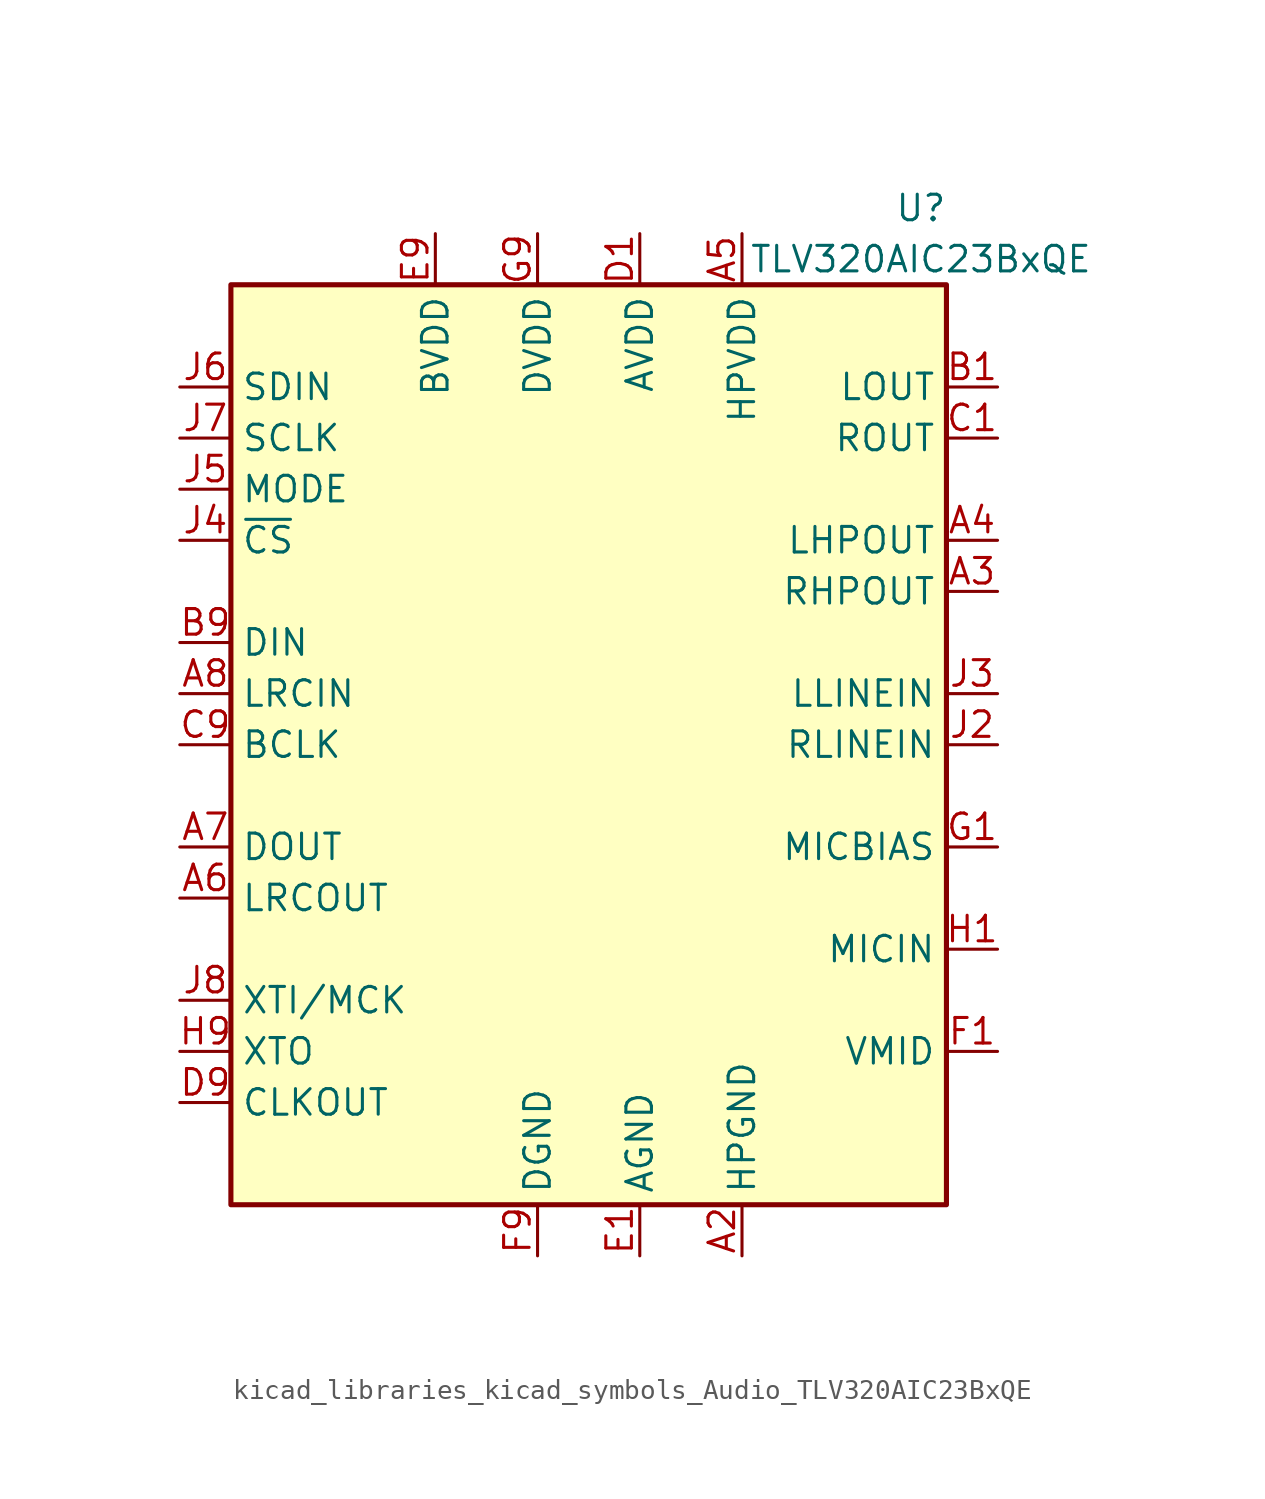
<source format=kicad_sym>
(kicad_symbol_lib
  (version 20220914)
  (generator kicad_symbol_editor)
  (symbol "kicad_libraries_kicad_symbols_Audio_TLV320AIC23BxQE"
    (property "Reference" "U"
      (at 16.51 26.67 0)
      (effects (font (size 1.27 1.27))))
    (property "Value" "TLV320AIC23BxQE"
      (at 16.51 24.13 0)
      (effects (font (size 1.27 1.27))))
    (symbol "kicad_libraries_kicad_symbols_Audio_TLV320AIC23BxQE_0_1"
      (rectangle (start -17.78 22.86) (end 17.78 -22.86) (stroke (width 0.254) (type default)) (fill (type background))))
    (symbol "kicad_libraries_kicad_symbols_Audio_TLV320AIC23BxQE_1_1"
      (pin no_connect line (at -12.7 -22.86 90) (length 2.54) hide (name "NC" (effects (font (size 1.27 1.27)))) (number "A1" (effects (font (size 1.27 1.27)))))
      (pin power_in line (at 7.62 -25.4 90) (length 2.54) (name "HPGND" (effects (font (size 1.27 1.27)))) (number "A2" (effects (font (size 1.27 1.27)))))
      (pin passive line (at 20.32 7.62 180) (length 2.54) (name "RHPOUT" (effects (font (size 1.27 1.27)))) (number "A3" (effects (font (size 1.27 1.27)))))
      (pin passive line (at 20.32 10.16 180) (length 2.54) (name "LHPOUT" (effects (font (size 1.27 1.27)))) (number "A4" (effects (font (size 1.27 1.27)))))
      (pin power_in line (at 7.62 25.4 270) (length 2.54) (name "HPVDD" (effects (font (size 1.27 1.27)))) (number "A5" (effects (font (size 1.27 1.27)))))
      (pin output line (at -20.32 -7.62 0) (length 2.54) (name "LRCOUT" (effects (font (size 1.27 1.27)))) (number "A6" (effects (font (size 1.27 1.27)))))
      (pin output line (at -20.32 -5.08 0) (length 2.54) (name "DOUT" (effects (font (size 1.27 1.27)))) (number "A7" (effects (font (size 1.27 1.27)))))
      (pin input line (at -20.32 2.54 0) (length 2.54) (name "LRCIN" (effects (font (size 1.27 1.27)))) (number "A8" (effects (font (size 1.27 1.27)))))
      (pin no_connect line (at -5.08 -22.86 90) (length 2.54) hide (name "NC" (effects (font (size 1.27 1.27)))) (number "A9" (effects (font (size 1.27 1.27)))))
      (pin passive line (at 20.32 17.78 180) (length 2.54) (name "LOUT" (effects (font (size 1.27 1.27)))) (number "B1" (effects (font (size 1.27 1.27)))))
      (pin no_connect line (at -7.62 -17.78 90) (length 2.54) hide (name "NC" (effects (font (size 1.27 1.27)))) (number "B2" (effects (font (size 1.27 1.27)))))
      (pin no_connect line (at -5.08 -17.78 90) (length 2.54) hide (name "NC" (effects (font (size 1.27 1.27)))) (number "B3" (effects (font (size 1.27 1.27)))))
      (pin no_connect line (at -2.54 -17.78 90) (length 2.54) hide (name "NC" (effects (font (size 1.27 1.27)))) (number "B4" (effects (font (size 1.27 1.27)))))
      (pin no_connect line (at 0 -17.78 90) (length 2.54) hide (name "NC" (effects (font (size 1.27 1.27)))) (number "B5" (effects (font (size 1.27 1.27)))))
      (pin no_connect line (at 2.54 -17.78 90) (length 2.54) hide (name "NC" (effects (font (size 1.27 1.27)))) (number "B6" (effects (font (size 1.27 1.27)))))
      (pin no_connect line (at 5.08 -17.78 90) (length 2.54) hide (name "NC" (effects (font (size 1.27 1.27)))) (number "B7" (effects (font (size 1.27 1.27)))))
      (pin no_connect line (at 7.62 -17.78 90) (length 2.54) hide (name "NC" (effects (font (size 1.27 1.27)))) (number "B8" (effects (font (size 1.27 1.27)))))
      (pin input line (at -20.32 5.08 0) (length 2.54) (name "DIN" (effects (font (size 1.27 1.27)))) (number "B9" (effects (font (size 1.27 1.27)))))
      (pin passive line (at 20.32 15.24 180) (length 2.54) (name "ROUT" (effects (font (size 1.27 1.27)))) (number "C1" (effects (font (size 1.27 1.27)))))
      (pin no_connect line (at -7.62 -12.7 90) (length 2.54) hide (name "NC" (effects (font (size 1.27 1.27)))) (number "C2" (effects (font (size 1.27 1.27)))))
      (pin no_connect line (at -2.54 -12.7 90) (length 2.54) hide (name "NC" (effects (font (size 1.27 1.27)))) (number "C4" (effects (font (size 1.27 1.27)))))
      (pin no_connect line (at 0 -12.7 90) (length 2.54) hide (name "NC" (effects (font (size 1.27 1.27)))) (number "C5" (effects (font (size 1.27 1.27)))))
      (pin no_connect line (at 2.54 -12.7 90) (length 2.54) hide (name "NC" (effects (font (size 1.27 1.27)))) (number "C6" (effects (font (size 1.27 1.27)))))
      (pin no_connect line (at 5.08 -12.7 90) (length 2.54) hide (name "NC" (effects (font (size 1.27 1.27)))) (number "C7" (effects (font (size 1.27 1.27)))))
      (pin no_connect line (at 7.62 -12.7 90) (length 2.54) hide (name "NC" (effects (font (size 1.27 1.27)))) (number "C8" (effects (font (size 1.27 1.27)))))
      (pin bidirectional line (at -20.32 0 0) (length 2.54) (name "BCLK" (effects (font (size 1.27 1.27)))) (number "C9" (effects (font (size 1.27 1.27)))))
      (pin power_in line (at 2.54 25.4 270) (length 2.54) (name "AVDD" (effects (font (size 1.27 1.27)))) (number "D1" (effects (font (size 1.27 1.27)))))
      (pin no_connect line (at -7.62 -7.62 90) (length 2.54) hide (name "NC" (effects (font (size 1.27 1.27)))) (number "D2" (effects (font (size 1.27 1.27)))))
      (pin no_connect line (at -5.08 -7.62 90) (length 2.54) hide (name "NC" (effects (font (size 1.27 1.27)))) (number "D3" (effects (font (size 1.27 1.27)))))
      (pin no_connect line (at -2.54 -7.62 90) (length 2.54) hide (name "NC" (effects (font (size 1.27 1.27)))) (number "D4" (effects (font (size 1.27 1.27)))))
      (pin no_connect line (at 0 -7.62 90) (length 2.54) hide (name "NC" (effects (font (size 1.27 1.27)))) (number "D5" (effects (font (size 1.27 1.27)))))
      (pin no_connect line (at 2.54 -7.62 90) (length 2.54) hide (name "NC" (effects (font (size 1.27 1.27)))) (number "D6" (effects (font (size 1.27 1.27)))))
      (pin no_connect line (at 5.08 -7.62 90) (length 2.54) hide (name "NC" (effects (font (size 1.27 1.27)))) (number "D7" (effects (font (size 1.27 1.27)))))
      (pin no_connect line (at 7.62 -7.62 90) (length 2.54) hide (name "NC" (effects (font (size 1.27 1.27)))) (number "D8" (effects (font (size 1.27 1.27)))))
      (pin output line (at -20.32 -17.78 0) (length 2.54) (name "CLKOUT" (effects (font (size 1.27 1.27)))) (number "D9" (effects (font (size 1.27 1.27)))))
      (pin power_in line (at 2.54 -25.4 90) (length 2.54) (name "AGND" (effects (font (size 1.27 1.27)))) (number "E1" (effects (font (size 1.27 1.27)))))
      (pin no_connect line (at -7.62 -2.54 90) (length 2.54) hide (name "NC" (effects (font (size 1.27 1.27)))) (number "E2" (effects (font (size 1.27 1.27)))))
      (pin no_connect line (at -5.08 -2.54 90) (length 2.54) hide (name "NC" (effects (font (size 1.27 1.27)))) (number "E3" (effects (font (size 1.27 1.27)))))
      (pin no_connect line (at -2.54 -2.54 90) (length 2.54) hide (name "NC" (effects (font (size 1.27 1.27)))) (number "E4" (effects (font (size 1.27 1.27)))))
      (pin no_connect line (at 0 -2.54 90) (length 2.54) hide (name "NC" (effects (font (size 1.27 1.27)))) (number "E5" (effects (font (size 1.27 1.27)))))
      (pin no_connect line (at 2.54 -2.54 90) (length 2.54) hide (name "NC" (effects (font (size 1.27 1.27)))) (number "E6" (effects (font (size 1.27 1.27)))))
      (pin no_connect line (at 5.08 -2.54 90) (length 2.54) hide (name "NC" (effects (font (size 1.27 1.27)))) (number "E7" (effects (font (size 1.27 1.27)))))
      (pin no_connect line (at 7.62 -2.54 90) (length 2.54) hide (name "NC" (effects (font (size 1.27 1.27)))) (number "E8" (effects (font (size 1.27 1.27)))))
      (pin power_in line (at -7.62 25.4 270) (length 2.54) (name "BVDD" (effects (font (size 1.27 1.27)))) (number "E9" (effects (font (size 1.27 1.27)))))
      (pin passive line (at 20.32 -15.24 180) (length 2.54) (name "VMID" (effects (font (size 1.27 1.27)))) (number "F1" (effects (font (size 1.27 1.27)))))
      (pin no_connect line (at -7.62 2.54 90) (length 2.54) hide (name "NC" (effects (font (size 1.27 1.27)))) (number "F2" (effects (font (size 1.27 1.27)))))
      (pin no_connect line (at -5.08 2.54 90) (length 2.54) hide (name "NC" (effects (font (size 1.27 1.27)))) (number "F3" (effects (font (size 1.27 1.27)))))
      (pin no_connect line (at -2.54 2.54 90) (length 2.54) hide (name "NC" (effects (font (size 1.27 1.27)))) (number "F4" (effects (font (size 1.27 1.27)))))
      (pin no_connect line (at 0 2.54 90) (length 2.54) hide (name "NC" (effects (font (size 1.27 1.27)))) (number "F5" (effects (font (size 1.27 1.27)))))
      (pin no_connect line (at 2.54 2.54 90) (length 2.54) hide (name "NC" (effects (font (size 1.27 1.27)))) (number "F6" (effects (font (size 1.27 1.27)))))
      (pin no_connect line (at 5.08 2.54 90) (length 2.54) hide (name "NC" (effects (font (size 1.27 1.27)))) (number "F7" (effects (font (size 1.27 1.27)))))
      (pin no_connect line (at 7.62 2.54 90) (length 2.54) hide (name "NC" (effects (font (size 1.27 1.27)))) (number "F8" (effects (font (size 1.27 1.27)))))
      (pin power_in line (at -2.54 -25.4 90) (length 2.54) (name "DGND" (effects (font (size 1.27 1.27)))) (number "F9" (effects (font (size 1.27 1.27)))))
      (pin passive line (at 20.32 -5.08 180) (length 2.54) (name "MICBIAS" (effects (font (size 1.27 1.27)))) (number "G1" (effects (font (size 1.27 1.27)))))
      (pin no_connect line (at -7.62 7.62 90) (length 2.54) hide (name "NC" (effects (font (size 1.27 1.27)))) (number "G2" (effects (font (size 1.27 1.27)))))
      (pin no_connect line (at -5.08 7.62 90) (length 2.54) hide (name "NC" (effects (font (size 1.27 1.27)))) (number "G3" (effects (font (size 1.27 1.27)))))
      (pin no_connect line (at -2.54 7.62 90) (length 2.54) hide (name "NC" (effects (font (size 1.27 1.27)))) (number "G4" (effects (font (size 1.27 1.27)))))
      (pin no_connect line (at 0 7.62 90) (length 2.54) hide (name "NC" (effects (font (size 1.27 1.27)))) (number "G5" (effects (font (size 1.27 1.27)))))
      (pin no_connect line (at 2.54 7.62 90) (length 2.54) hide (name "NC" (effects (font (size 1.27 1.27)))) (number "G6" (effects (font (size 1.27 1.27)))))
      (pin no_connect line (at 5.08 7.62 90) (length 2.54) hide (name "NC" (effects (font (size 1.27 1.27)))) (number "G7" (effects (font (size 1.27 1.27)))))
      (pin no_connect line (at 7.62 7.62 90) (length 2.54) hide (name "NC" (effects (font (size 1.27 1.27)))) (number "G8" (effects (font (size 1.27 1.27)))))
      (pin power_in line (at -2.54 25.4 270) (length 2.54) (name "DVDD" (effects (font (size 1.27 1.27)))) (number "G9" (effects (font (size 1.27 1.27)))))
      (pin passive line (at 20.32 -10.16 180) (length 2.54) (name "MICIN" (effects (font (size 1.27 1.27)))) (number "H1" (effects (font (size 1.27 1.27)))))
      (pin no_connect line (at -7.62 12.7 90) (length 2.54) hide (name "NC" (effects (font (size 1.27 1.27)))) (number "H2" (effects (font (size 1.27 1.27)))))
      (pin no_connect line (at -5.08 12.7 90) (length 2.54) hide (name "NC" (effects (font (size 1.27 1.27)))) (number "H3" (effects (font (size 1.27 1.27)))))
      (pin no_connect line (at -2.54 12.7 90) (length 2.54) hide (name "NC" (effects (font (size 1.27 1.27)))) (number "H4" (effects (font (size 1.27 1.27)))))
      (pin no_connect line (at 0 12.7 90) (length 2.54) hide (name "NC" (effects (font (size 1.27 1.27)))) (number "H5" (effects (font (size 1.27 1.27)))))
      (pin no_connect line (at 2.54 12.7 90) (length 2.54) hide (name "NC" (effects (font (size 1.27 1.27)))) (number "H6" (effects (font (size 1.27 1.27)))))
      (pin no_connect line (at 5.08 12.7 90) (length 2.54) hide (name "NC" (effects (font (size 1.27 1.27)))) (number "H7" (effects (font (size 1.27 1.27)))))
      (pin no_connect line (at 7.62 12.7 90) (length 2.54) hide (name "NC" (effects (font (size 1.27 1.27)))) (number "H8" (effects (font (size 1.27 1.27)))))
      (pin passive line (at -20.32 -15.24 0) (length 2.54) (name "XTO" (effects (font (size 1.27 1.27)))) (number "H9" (effects (font (size 1.27 1.27)))))
      (pin no_connect line (at -10.16 -22.86 90) (length 2.54) hide (name "NC" (effects (font (size 1.27 1.27)))) (number "J1" (effects (font (size 1.27 1.27)))))
      (pin passive line (at 20.32 0 180) (length 2.54) (name "RLINEIN" (effects (font (size 1.27 1.27)))) (number "J2" (effects (font (size 1.27 1.27)))))
      (pin passive line (at 20.32 2.54 180) (length 2.54) (name "LLINEIN" (effects (font (size 1.27 1.27)))) (number "J3" (effects (font (size 1.27 1.27)))))
      (pin input line (at -20.32 10.16 0) (length 2.54) (name "~{CS}" (effects (font (size 1.27 1.27)))) (number "J4" (effects (font (size 1.27 1.27)))))
      (pin input line (at -20.32 12.7 0) (length 2.54) (name "MODE" (effects (font (size 1.27 1.27)))) (number "J5" (effects (font (size 1.27 1.27)))))
      (pin input line (at -20.32 17.78 0) (length 2.54) (name "SDIN" (effects (font (size 1.27 1.27)))) (number "J6" (effects (font (size 1.27 1.27)))))
      (pin input line (at -20.32 15.24 0) (length 2.54) (name "SCLK" (effects (font (size 1.27 1.27)))) (number "J7" (effects (font (size 1.27 1.27)))))
      (pin passive line (at -20.32 -12.7 0) (length 2.54) (name "XTI/MCK" (effects (font (size 1.27 1.27)))) (number "J8" (effects (font (size 1.27 1.27)))))
      (pin no_connect line (at -7.62 -22.86 90) (length 2.54) hide (name "NC" (effects (font (size 1.27 1.27)))) (number "J9" (effects (font (size 1.27 1.27))))))))
</source>
